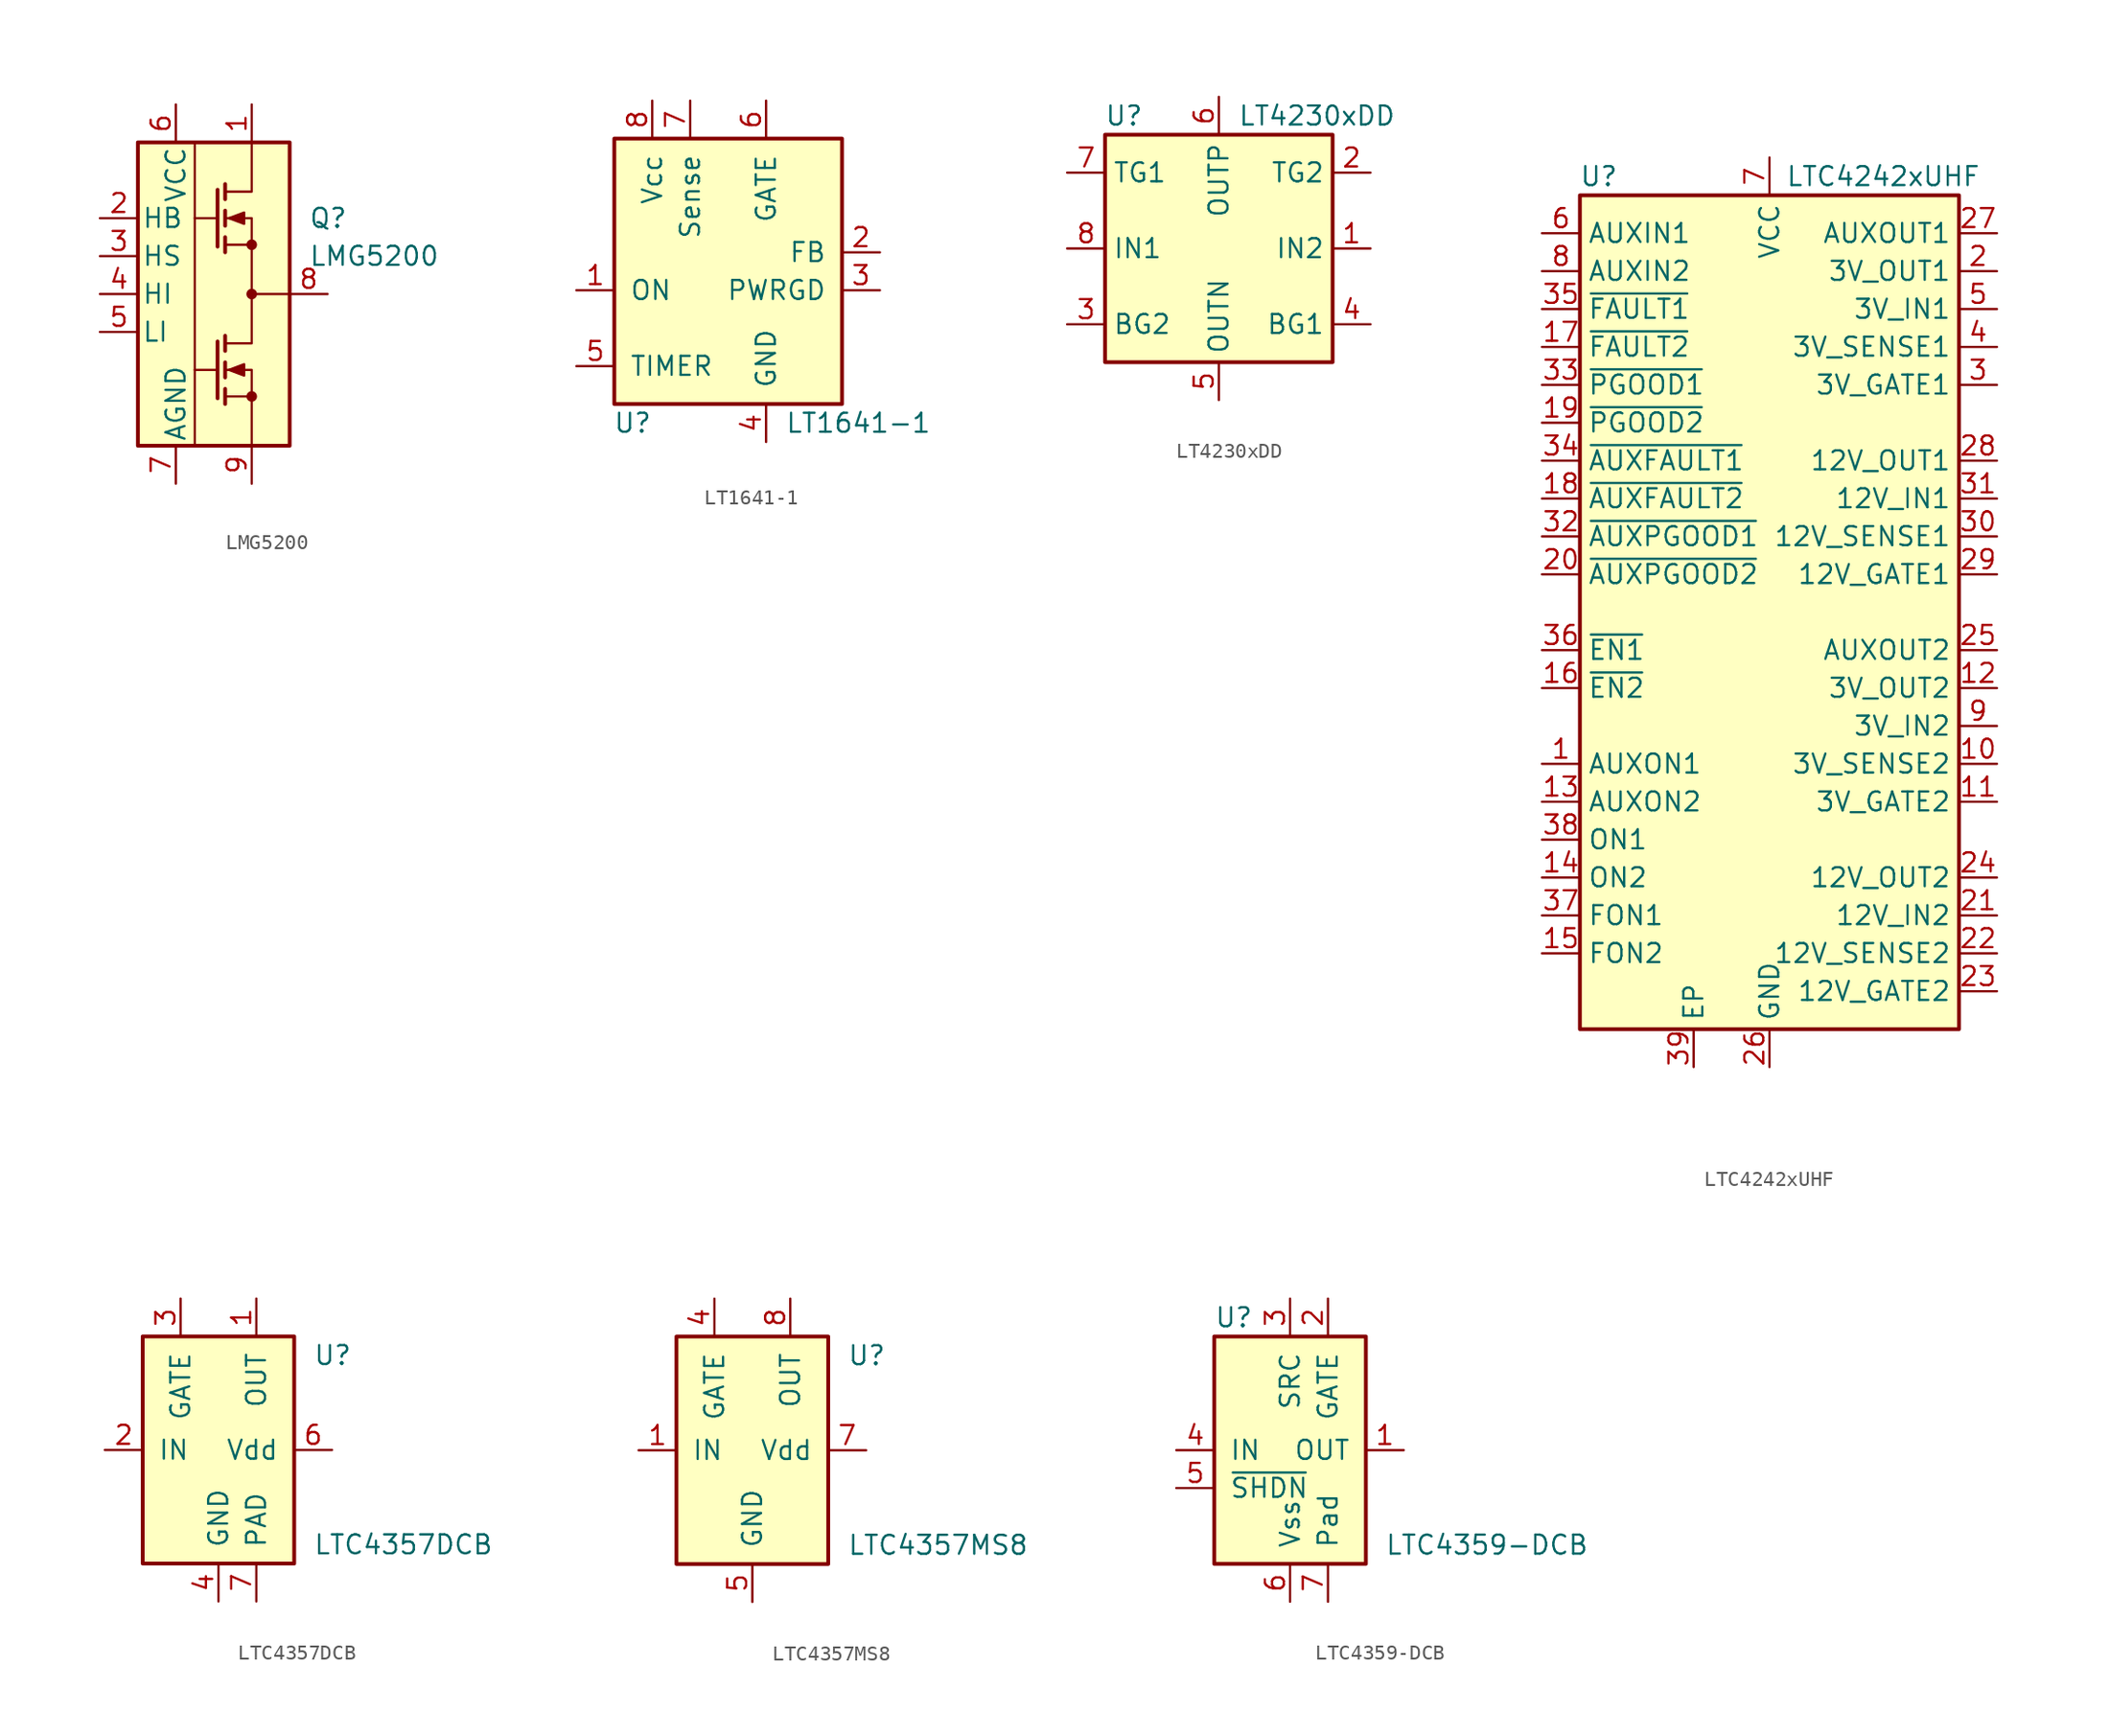
<source format=kicad_sym>
(kicad_symbol_lib
  (version 20201005)
  (generator kicad_symbol_editor)
  (symbol "Power_Management:LMG5200"
    (pin_names
      (offset 0.254))
    (property "Reference" "Q"
      (at 6.35 5.08 0)
      (effects (font (size 1.27 1.27)) (justify left)))
    (property "Value" "LMG5200"
      (at 6.35 2.54 0)
      (effects (font (size 1.27 1.27)) (justify left)))
    (symbol "LMG5200_0_1"
      (circle (center 2.54 -6.858) (radius 0.279) (stroke (width 0)) (fill (type outline)))
      (circle (center 2.54 0) (radius 0.279) (stroke (width 0)) (fill (type outline)))
      (circle (center 2.54 3.302) (radius 0.279) (stroke (width 0)) (fill (type outline)))
      (rectangle (start -5.08 10.16) (end 5.08 -10.16) (stroke (width 0.254)) (fill (type background)))
      (polyline (pts (xy -1.27 -5.08) (xy 0.254 -5.08)) (stroke (width 0)) (fill (type none)))
      (polyline (pts (xy -1.27 5.08) (xy 0.254 5.08)) (stroke (width 0)) (fill (type none)))
      (polyline (pts (xy -1.27 10.16) (xy -1.27 -10.16)) (stroke (width 0)) (fill (type none)))
      (polyline (pts (xy 0.762 -6.858) (xy 2.54 -6.858)) (stroke (width 0)) (fill (type none)))
      (polyline (pts (xy 0.762 -6.35) (xy 0.762 -7.366)) (stroke (width 0.254)) (fill (type none)))
      (polyline (pts (xy 0.762 -4.572) (xy 0.762 -5.588)) (stroke (width 0.254)) (fill (type none)))
      (polyline (pts (xy 0.762 -2.794) (xy 0.762 -3.81)) (stroke (width 0.254)) (fill (type none)))
      (polyline (pts (xy 0.762 3.302) (xy 2.54 3.302)) (stroke (width 0)) (fill (type none)))
      (polyline (pts (xy 0.762 3.81) (xy 0.762 2.794)) (stroke (width 0.254)) (fill (type none)))
      (polyline (pts (xy 0.762 5.588) (xy 0.762 4.572)) (stroke (width 0.254)) (fill (type none)))
      (polyline (pts (xy 0.762 7.366) (xy 0.762 6.35)) (stroke (width 0.254)) (fill (type none)))
      (polyline (pts (xy 5.08 0) (xy 2.54 0)) (stroke (width 0)) (fill (type none)))
      (polyline (pts (xy 0.254 -3.175) (xy 0.254 -6.985) (xy 0.254 -6.985)) (stroke (width 0.254)) (fill (type none)))
      (polyline (pts (xy 0.254 6.985) (xy 0.254 3.175) (xy 0.254 3.175)) (stroke (width 0.254)) (fill (type none)))
      (polyline (pts (xy 0.762 6.858) (xy 2.54 6.858) (xy 2.54 10.16)) (stroke (width 0)) (fill (type none)))
      (polyline (pts (xy 2.54 -10.16) (xy 2.54 -5.08) (xy 0.762 -5.08)) (stroke (width 0)) (fill (type none)))
      (polyline (pts (xy 0.762 5.08) (xy 2.54 5.08) (xy 2.54 -3.302) (xy 0.762 -3.302)) (stroke (width 0)) (fill (type none)))
      (polyline (pts (xy 1.016 -5.08) (xy 2.032 -4.699) (xy 2.032 -5.461) (xy 1.016 -5.08)) (stroke (width 0)) (fill (type outline)))
      (polyline (pts (xy 1.016 5.08) (xy 2.032 5.461) (xy 2.032 4.699) (xy 1.016 5.08)) (stroke (width 0)) (fill (type outline))))
    (symbol "LMG5200_1_1"
      (pin passive line (at 2.54 12.7 270) (length 2.54) (name "~" (effects (font (size 1.27 1.27)))) (number "1" (effects (font (size 1.27 1.27)))))
      (pin passive line (at -7.62 5.08 0) (length 2.54) (name "HB" (effects (font (size 1.27 1.27)))) (number "2" (effects (font (size 1.27 1.27)))))
      (pin passive line (at -7.62 2.54 0) (length 2.54) (name "HS" (effects (font (size 1.27 1.27)))) (number "3" (effects (font (size 1.27 1.27)))))
      (pin input line (at -7.62 0 0) (length 2.54) (name "HI" (effects (font (size 1.27 1.27)))) (number "4" (effects (font (size 1.27 1.27)))))
      (pin input line (at -7.62 -2.54 0) (length 2.54) (name "LI" (effects (font (size 1.27 1.27)))) (number "5" (effects (font (size 1.27 1.27)))))
      (pin power_in line (at -2.54 12.7 270) (length 2.54) (name "VCC" (effects (font (size 1.27 1.27)))) (number "6" (effects (font (size 1.27 1.27)))))
      (pin power_in line (at -2.54 -12.7 90) (length 2.54) (name "AGND" (effects (font (size 1.27 1.27)))) (number "7" (effects (font (size 1.27 1.27)))))
      (pin passive line (at 7.62 0 180) (length 2.54) (name "~" (effects (font (size 1.27 1.27)))) (number "8" (effects (font (size 1.27 1.27)))))
      (pin passive line (at 2.54 -12.7 90) (length 2.54) (name "~" (effects (font (size 1.27 1.27)))) (number "9" (effects (font (size 1.27 1.27)))))))
  (symbol "Power_Management:LT1641-1"
    (pin_names
      (offset 1.016))
    (property "Reference" "U"
      (at -5.08 -11.43 0)
      (effects (font (size 1.27 1.27)) (justify right)))
    (property "Value" "LT1641-1"
      (at 3.81 -11.43 0)
      (effects (font (size 1.27 1.27)) (justify left)))
    (symbol "LT1641-1_0_1"
      (rectangle (start 7.62 7.62) (end -7.62 -10.16) (stroke (width 0.254)) (fill (type background))))
    (symbol "LT1641-1_1_0"
      (pin power_in line (at 2.54 -12.7 90) (length 2.54) (name "GND" (effects (font (size 1.27 1.27)))) (number "4" (effects (font (size 1.27 1.27))))))
    (symbol "LT1641-1_1_1"
      (pin input line (at -10.16 -2.54 0) (length 2.54) (name "ON" (effects (font (size 1.27 1.27)))) (number "1" (effects (font (size 1.27 1.27)))))
      (pin input line (at 10.16 0 180) (length 2.54) (name "FB" (effects (font (size 1.27 1.27)))) (number "2" (effects (font (size 1.27 1.27)))))
      (pin open_collector line (at 10.16 -2.54 180) (length 2.54) (name "PWRGD" (effects (font (size 1.27 1.27)))) (number "3" (effects (font (size 1.27 1.27)))))
      (pin input line (at -10.16 -7.62 0) (length 2.54) (name "TIMER" (effects (font (size 1.27 1.27)))) (number "5" (effects (font (size 1.27 1.27)))))
      (pin output line (at 2.54 10.16 270) (length 2.54) (name "GATE" (effects (font (size 1.27 1.27)))) (number "6" (effects (font (size 1.27 1.27)))))
      (pin input line (at -2.54 10.16 270) (length 2.54) (name "Sense" (effects (font (size 1.27 1.27)))) (number "7" (effects (font (size 1.27 1.27)))))
      (pin power_in line (at -5.08 10.16 270) (length 2.54) (name "Vcc" (effects (font (size 1.27 1.27)))) (number "8" (effects (font (size 1.27 1.27)))))))
  (symbol "Power_Management:LT4230xDD"
    (property "Reference" "U"
      (at -6.35 8.89 0)
      (effects (font (size 1.27 1.27))))
    (property "Value" "LT4230xDD"
      (at 1.27 8.89 0)
      (effects (font (size 1.27 1.27)) (justify left)))
    (symbol "LT4230xDD_0_1"
      (rectangle (start -7.62 7.62) (end 7.62 -7.62) (stroke (width 0.254)) (fill (type background))))
    (symbol "LT4230xDD_1_1"
      (pin power_in line (at 10.16 0 180) (length 2.54) (name "IN2" (effects (font (size 1.27 1.27)))) (number "1" (effects (font (size 1.27 1.27)))))
      (pin output line (at 10.16 5.08 180) (length 2.54) (name "TG2" (effects (font (size 1.27 1.27)))) (number "2" (effects (font (size 1.27 1.27)))))
      (pin output line (at -10.16 -5.08 0) (length 2.54) (name "BG2" (effects (font (size 1.27 1.27)))) (number "3" (effects (font (size 1.27 1.27)))))
      (pin output line (at 10.16 -5.08 180) (length 2.54) (name "BG1" (effects (font (size 1.27 1.27)))) (number "4" (effects (font (size 1.27 1.27)))))
      (pin power_in line (at 0 -10.16 90) (length 2.54) (name "OUTN" (effects (font (size 1.27 1.27)))) (number "5" (effects (font (size 1.27 1.27)))))
      (pin power_in line (at 0 10.16 270) (length 2.54) (name "OUTP" (effects (font (size 1.27 1.27)))) (number "6" (effects (font (size 1.27 1.27)))))
      (pin output line (at -10.16 5.08 0) (length 2.54) (name "TG1" (effects (font (size 1.27 1.27)))) (number "7" (effects (font (size 1.27 1.27)))))
      (pin power_in line (at -10.16 0 0) (length 2.54) (name "IN1" (effects (font (size 1.27 1.27)))) (number "8" (effects (font (size 1.27 1.27)))))
      (pin passive line (at 0 -10.16 90) (length 2.54) hide (name "OUTN" (effects (font (size 1.27 1.27)))) (number "9" (effects (font (size 1.27 1.27)))))))
  (symbol "Power_Management:LTC4242xUHF"
    (property "Reference" "U"
      (at -11.43 29.21 0)
      (effects (font (size 1.27 1.27))))
    (property "Value" "LTC4242xUHF"
      (at 7.62 29.21 0)
      (effects (font (size 1.27 1.27))))
    (symbol "LTC4242xUHF_0_1"
      (rectangle (start -12.7 27.94) (end 12.7 -27.94) (stroke (width 0.254)) (fill (type background))))
    (symbol "LTC4242xUHF_1_1"
      (pin input line (at -15.24 -10.16 0) (length 2.54) (name "AUXON1" (effects (font (size 1.27 1.27)))) (number "1" (effects (font (size 1.27 1.27)))))
      (pin input line (at 15.24 -10.16 180) (length 2.54) (name "3V_SENSE2" (effects (font (size 1.27 1.27)))) (number "10" (effects (font (size 1.27 1.27)))))
      (pin output line (at 15.24 -12.7 180) (length 2.54) (name "3V_GATE2" (effects (font (size 1.27 1.27)))) (number "11" (effects (font (size 1.27 1.27)))))
      (pin open_collector line (at 15.24 -5.08 180) (length 2.54) (name "3V_OUT2" (effects (font (size 1.27 1.27)))) (number "12" (effects (font (size 1.27 1.27)))))
      (pin input line (at -15.24 -12.7 0) (length 2.54) (name "AUXON2" (effects (font (size 1.27 1.27)))) (number "13" (effects (font (size 1.27 1.27)))))
      (pin input line (at -15.24 -17.78 0) (length 2.54) (name "ON2" (effects (font (size 1.27 1.27)))) (number "14" (effects (font (size 1.27 1.27)))))
      (pin input line (at -15.24 -22.86 0) (length 2.54) (name "FON2" (effects (font (size 1.27 1.27)))) (number "15" (effects (font (size 1.27 1.27)))))
      (pin input line (at -15.24 -5.08 0) (length 2.54) (name "~EN2" (effects (font (size 1.27 1.27)))) (number "16" (effects (font (size 1.27 1.27)))))
      (pin open_collector line (at -15.24 17.78 0) (length 2.54) (name "~FAULT2" (effects (font (size 1.27 1.27)))) (number "17" (effects (font (size 1.27 1.27)))))
      (pin open_collector line (at -15.24 7.62 0) (length 2.54) (name "~AUXFAULT2" (effects (font (size 1.27 1.27)))) (number "18" (effects (font (size 1.27 1.27)))))
      (pin open_collector line (at -15.24 12.7 0) (length 2.54) (name "~PGOOD2" (effects (font (size 1.27 1.27)))) (number "19" (effects (font (size 1.27 1.27)))))
      (pin open_collector line (at 15.24 22.86 180) (length 2.54) (name "3V_OUT1" (effects (font (size 1.27 1.27)))) (number "2" (effects (font (size 1.27 1.27)))))
      (pin open_collector line (at -15.24 2.54 0) (length 2.54) (name "~AUXPGOOD2" (effects (font (size 1.27 1.27)))) (number "20" (effects (font (size 1.27 1.27)))))
      (pin power_in line (at 15.24 -20.32 180) (length 2.54) (name "12V_IN2" (effects (font (size 1.27 1.27)))) (number "21" (effects (font (size 1.27 1.27)))))
      (pin input line (at 15.24 -22.86 180) (length 2.54) (name "12V_SENSE2" (effects (font (size 1.27 1.27)))) (number "22" (effects (font (size 1.27 1.27)))))
      (pin output line (at 15.24 -25.4 180) (length 2.54) (name "12V_GATE2" (effects (font (size 1.27 1.27)))) (number "23" (effects (font (size 1.27 1.27)))))
      (pin open_collector line (at 15.24 -17.78 180) (length 2.54) (name "12V_OUT2" (effects (font (size 1.27 1.27)))) (number "24" (effects (font (size 1.27 1.27)))))
      (pin output line (at 15.24 -2.54 180) (length 2.54) (name "AUXOUT2" (effects (font (size 1.27 1.27)))) (number "25" (effects (font (size 1.27 1.27)))))
      (pin power_in line (at 0 -30.48 90) (length 2.54) (name "GND" (effects (font (size 1.27 1.27)))) (number "26" (effects (font (size 1.27 1.27)))))
      (pin output line (at 15.24 25.4 180) (length 2.54) (name "AUXOUT1" (effects (font (size 1.27 1.27)))) (number "27" (effects (font (size 1.27 1.27)))))
      (pin open_collector line (at 15.24 10.16 180) (length 2.54) (name "12V_OUT1" (effects (font (size 1.27 1.27)))) (number "28" (effects (font (size 1.27 1.27)))))
      (pin output line (at 15.24 2.54 180) (length 2.54) (name "12V_GATE1" (effects (font (size 1.27 1.27)))) (number "29" (effects (font (size 1.27 1.27)))))
      (pin output line (at 15.24 15.24 180) (length 2.54) (name "3V_GATE1" (effects (font (size 1.27 1.27)))) (number "3" (effects (font (size 1.27 1.27)))))
      (pin input line (at 15.24 5.08 180) (length 2.54) (name "12V_SENSE1" (effects (font (size 1.27 1.27)))) (number "30" (effects (font (size 1.27 1.27)))))
      (pin power_in line (at 15.24 7.62 180) (length 2.54) (name "12V_IN1" (effects (font (size 1.27 1.27)))) (number "31" (effects (font (size 1.27 1.27)))))
      (pin open_collector line (at -15.24 5.08 0) (length 2.54) (name "~AUXPGOOD1" (effects (font (size 1.27 1.27)))) (number "32" (effects (font (size 1.27 1.27)))))
      (pin open_collector line (at -15.24 15.24 0) (length 2.54) (name "~PGOOD1" (effects (font (size 1.27 1.27)))) (number "33" (effects (font (size 1.27 1.27)))))
      (pin open_collector line (at -15.24 10.16 0) (length 2.54) (name "~AUXFAULT1" (effects (font (size 1.27 1.27)))) (number "34" (effects (font (size 1.27 1.27)))))
      (pin open_collector line (at -15.24 20.32 0) (length 2.54) (name "~FAULT1" (effects (font (size 1.27 1.27)))) (number "35" (effects (font (size 1.27 1.27)))))
      (pin input line (at -15.24 -2.54 0) (length 2.54) (name "~EN1" (effects (font (size 1.27 1.27)))) (number "36" (effects (font (size 1.27 1.27)))))
      (pin input line (at -15.24 -20.32 0) (length 2.54) (name "FON1" (effects (font (size 1.27 1.27)))) (number "37" (effects (font (size 1.27 1.27)))))
      (pin input line (at -15.24 -15.24 0) (length 2.54) (name "ON1" (effects (font (size 1.27 1.27)))) (number "38" (effects (font (size 1.27 1.27)))))
      (pin power_in line (at -5.08 -30.48 90) (length 2.54) (name "EP" (effects (font (size 1.27 1.27)))) (number "39" (effects (font (size 1.27 1.27)))))
      (pin input line (at 15.24 17.78 180) (length 2.54) (name "3V_SENSE1" (effects (font (size 1.27 1.27)))) (number "4" (effects (font (size 1.27 1.27)))))
      (pin power_in line (at 15.24 20.32 180) (length 2.54) (name "3V_IN1" (effects (font (size 1.27 1.27)))) (number "5" (effects (font (size 1.27 1.27)))))
      (pin input line (at -15.24 25.4 0) (length 2.54) (name "AUXIN1" (effects (font (size 1.27 1.27)))) (number "6" (effects (font (size 1.27 1.27)))))
      (pin power_in line (at 0 30.48 270) (length 2.54) (name "VCC" (effects (font (size 1.27 1.27)))) (number "7" (effects (font (size 1.27 1.27)))))
      (pin input line (at -15.24 22.86 0) (length 2.54) (name "AUXIN2" (effects (font (size 1.27 1.27)))) (number "8" (effects (font (size 1.27 1.27)))))
      (pin power_in line (at 15.24 -7.62 180) (length 2.54) (name "3V_IN2" (effects (font (size 1.27 1.27)))) (number "9" (effects (font (size 1.27 1.27)))))))
  (symbol "Power_Management:LTC4357DCB"
    (pin_names
      (offset 1.016))
    (property "Reference" "U"
      (at 6.35 6.35 0)
      (effects (font (size 1.27 1.27)) (justify left)))
    (property "Value" "LTC4357DCB"
      (at 6.35 -6.35 0)
      (effects (font (size 1.27 1.27)) (justify left)))
    (symbol "LTC4357DCB_0_1"
      (rectangle (start -5.08 7.62) (end 5.08 -7.62) (stroke (width 0.254)) (fill (type background))))
    (symbol "LTC4357DCB_1_1"
      (pin input line (at 2.54 10.16 270) (length 2.54) (name "OUT" (effects (font (size 1.27 1.27)))) (number "1" (effects (font (size 1.27 1.27)))))
      (pin input line (at -7.62 0 0) (length 2.54) (name "IN" (effects (font (size 1.27 1.27)))) (number "2" (effects (font (size 1.27 1.27)))))
      (pin output line (at -2.54 10.16 270) (length 2.54) (name "GATE" (effects (font (size 1.27 1.27)))) (number "3" (effects (font (size 1.27 1.27)))))
      (pin power_in line (at 0 -10.16 90) (length 2.54) (name "GND" (effects (font (size 1.27 1.27)))) (number "4" (effects (font (size 1.27 1.27)))))
      (pin no_connect line (at -7.62 -2.54 0) (length 2.54) hide (name "NC" (effects (font (size 1.27 1.27)))) (number "5" (effects (font (size 1.27 1.27)))))
      (pin power_in line (at 7.62 0 180) (length 2.54) (name "Vdd" (effects (font (size 1.27 1.27)))) (number "6" (effects (font (size 1.27 1.27)))))
      (pin power_in line (at 2.54 -10.16 90) (length 2.54) (name "PAD" (effects (font (size 1.27 1.27)))) (number "7" (effects (font (size 1.27 1.27)))))))
  (symbol "Power_Management:LTC4357MS8"
    (pin_names
      (offset 1.016))
    (property "Reference" "U"
      (at 6.35 6.35 0)
      (effects (font (size 1.27 1.27)) (justify left)))
    (property "Value" "LTC4357MS8"
      (at 6.35 -6.35 0)
      (effects (font (size 1.27 1.27)) (justify left)))
    (symbol "LTC4357MS8_0_1"
      (rectangle (start -5.08 7.62) (end 5.08 -7.62) (stroke (width 0.254)) (fill (type background))))
    (symbol "LTC4357MS8_1_1"
      (pin input line (at -7.62 0 0) (length 2.54) (name "IN" (effects (font (size 1.27 1.27)))) (number "1" (effects (font (size 1.27 1.27)))))
      (pin no_connect line (at -7.62 -2.54 0) (length 2.54) hide (name "NC" (effects (font (size 1.27 1.27)))) (number "2" (effects (font (size 1.27 1.27)))))
      (pin no_connect line (at -7.62 -5.08 0) (length 2.54) hide (name "NC" (effects (font (size 1.27 1.27)))) (number "3" (effects (font (size 1.27 1.27)))))
      (pin output line (at -2.54 10.16 270) (length 2.54) (name "GATE" (effects (font (size 1.27 1.27)))) (number "4" (effects (font (size 1.27 1.27)))))
      (pin power_in line (at 0 -10.16 90) (length 2.54) (name "GND" (effects (font (size 1.27 1.27)))) (number "5" (effects (font (size 1.27 1.27)))))
      (pin no_connect line (at 2.54 -10.16 90) (length 2.54) hide (name "NC" (effects (font (size 1.27 1.27)))) (number "6" (effects (font (size 1.27 1.27)))))
      (pin power_in line (at 7.62 0 180) (length 2.54) (name "Vdd" (effects (font (size 1.27 1.27)))) (number "7" (effects (font (size 1.27 1.27)))))
      (pin input line (at 2.54 10.16 270) (length 2.54) (name "OUT" (effects (font (size 1.27 1.27)))) (number "8" (effects (font (size 1.27 1.27)))))))
  (symbol "Power_Management:LTC4359-DCB"
    (pin_names
      (offset 1.016))
    (property "Reference" "U"
      (at -5.08 8.89 0)
      (effects (font (size 1.27 1.27)) (justify left)))
    (property "Value" "LTC4359-DCB"
      (at 6.35 -6.35 0)
      (effects (font (size 1.27 1.27)) (justify left)))
    (symbol "LTC4359-DCB_0_1"
      (rectangle (start -5.08 7.62) (end 5.08 -7.62) (stroke (width 0.254)) (fill (type background))))
    (symbol "LTC4359-DCB_1_1"
      (pin input line (at 7.62 0 180) (length 2.54) (name "OUT" (effects (font (size 1.27 1.27)))) (number "1" (effects (font (size 1.27 1.27)))))
      (pin output line (at 2.54 10.16 270) (length 2.54) (name "GATE" (effects (font (size 1.27 1.27)))) (number "2" (effects (font (size 1.27 1.27)))))
      (pin input line (at 0 10.16 270) (length 2.54) (name "SRC" (effects (font (size 1.27 1.27)))) (number "3" (effects (font (size 1.27 1.27)))))
      (pin power_in line (at -7.62 0 0) (length 2.54) (name "IN" (effects (font (size 1.27 1.27)))) (number "4" (effects (font (size 1.27 1.27)))))
      (pin input line (at -7.62 -2.54 0) (length 2.54) (name "~SHDN" (effects (font (size 1.27 1.27)))) (number "5" (effects (font (size 1.27 1.27)))))
      (pin power_in line (at 0 -10.16 90) (length 2.54) (name "Vss" (effects (font (size 1.27 1.27)))) (number "6" (effects (font (size 1.27 1.27)))))
      (pin power_in line (at 2.54 -10.16 90) (length 2.54) (name "Pad" (effects (font (size 1.27 1.27)))) (number "7" (effects (font (size 1.27 1.27))))))))
</source>
